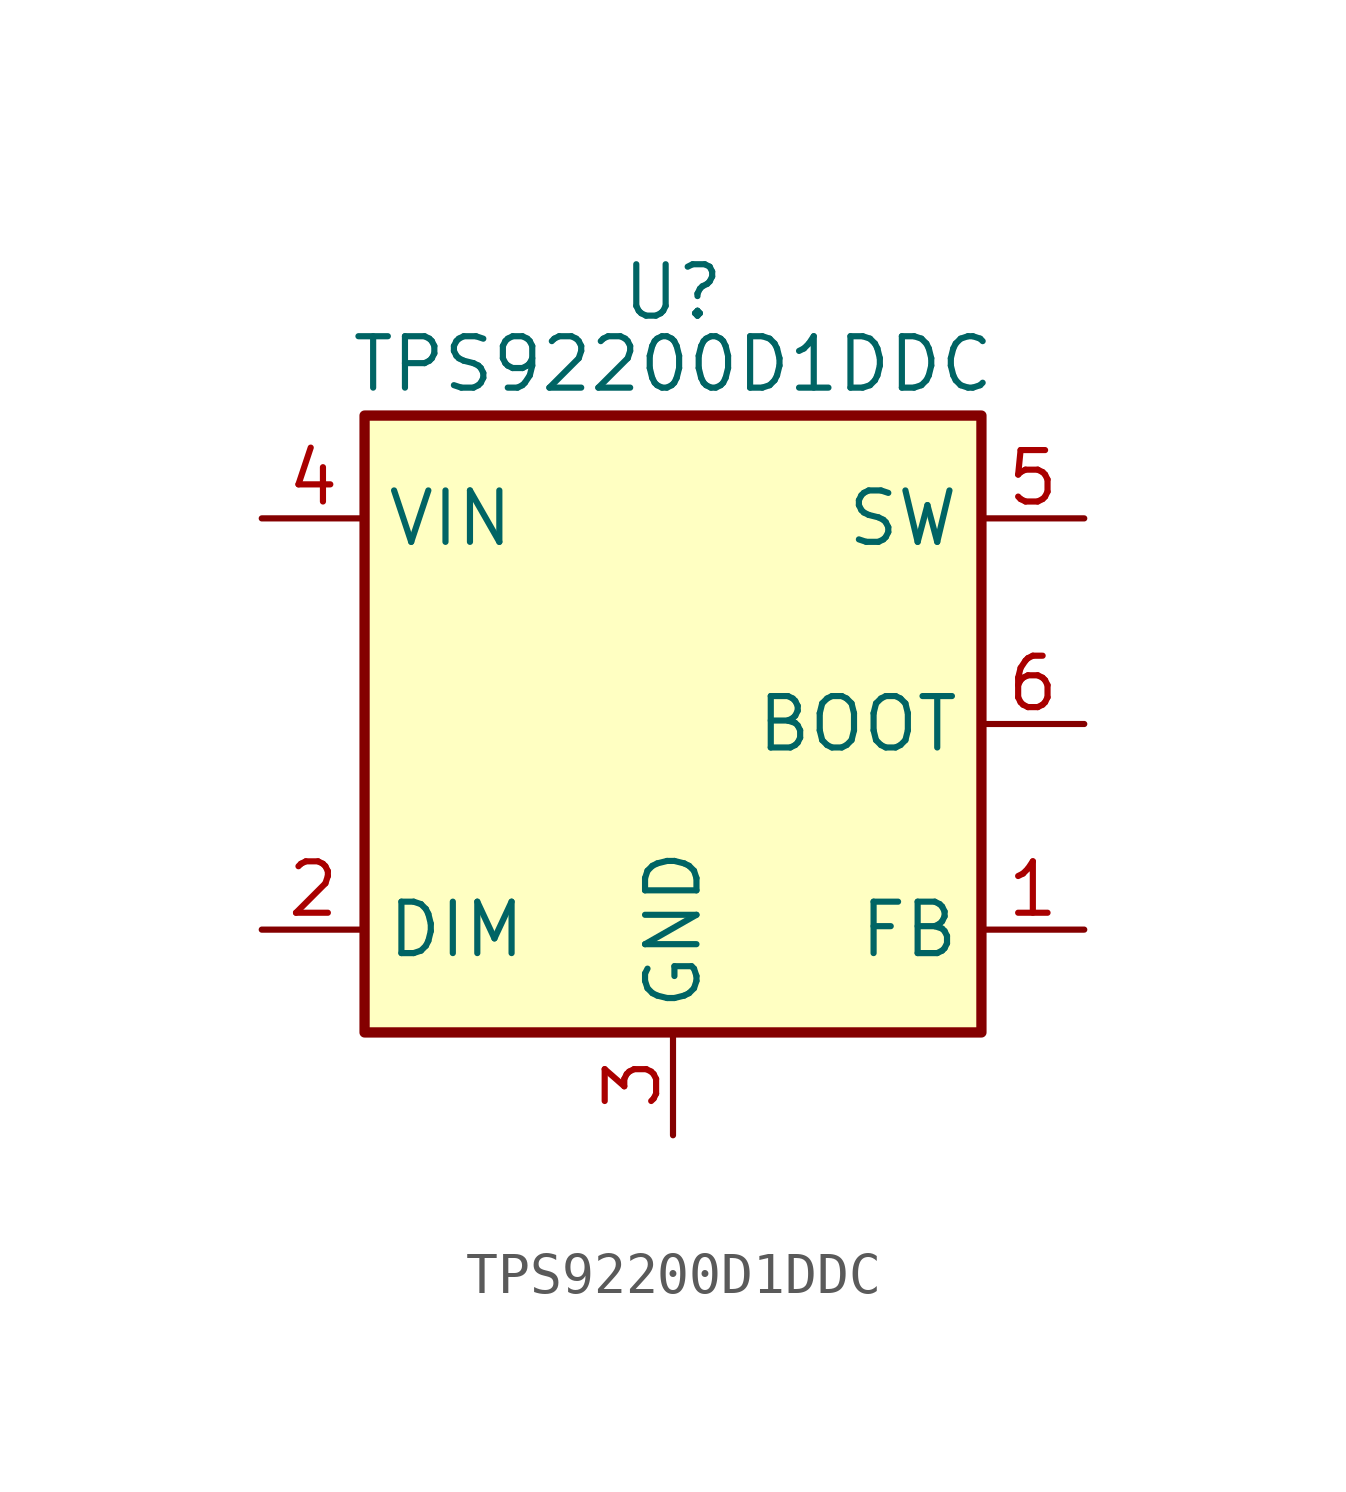
<source format=kicad_sym>
(kicad_symbol_lib
  (version 20241209)
  (generator "kicad_symbol_editor")
  (generator_version "9.0")
  (symbol "TPS92200D1DDC"
    (property "Reference" "U"
      (at 0 10.668 0)
      (effects (font (size 1.27 1.27))))
    (property "Value" "TPS92200D1DDC"
      (at 0 8.89 0)
      (effects (font (size 1.27 1.27))))
    (symbol "TPS92200D1DDC_1_1"
      (rectangle (start -7.62 7.62) (end 7.62 -7.62) (stroke (width 0.254) (type solid)) (fill (type background)))
      (pin power_in line (at -10.16 5.08 0) (length 2.54) (name "VIN" (effects (font (size 1.27 1.27)))) (number "4" (effects (font (size 1.27 1.27)))))
      (pin input line (at -10.16 -5.08 0) (length 2.54) (name "DIM" (effects (font (size 1.27 1.27)))) (number "2" (effects (font (size 1.27 1.27)))))
      (pin power_in line (at 0 -10.16 90) (length 2.54) (name "GND" (effects (font (size 1.27 1.27)))) (number "3" (effects (font (size 1.27 1.27)))))
      (pin power_out line (at 10.16 5.08 180) (length 2.54) (name "SW" (effects (font (size 1.27 1.27)))) (number "5" (effects (font (size 1.27 1.27)))))
      (pin passive line (at 10.16 0 180) (length 2.54) (name "BOOT" (effects (font (size 1.27 1.27)))) (number "6" (effects (font (size 1.27 1.27)))))
      (pin input line (at 10.16 -5.08 180) (length 2.54) (name "FB" (effects (font (size 1.27 1.27)))) (number "1" (effects (font (size 1.27 1.27))))))))
</source>
